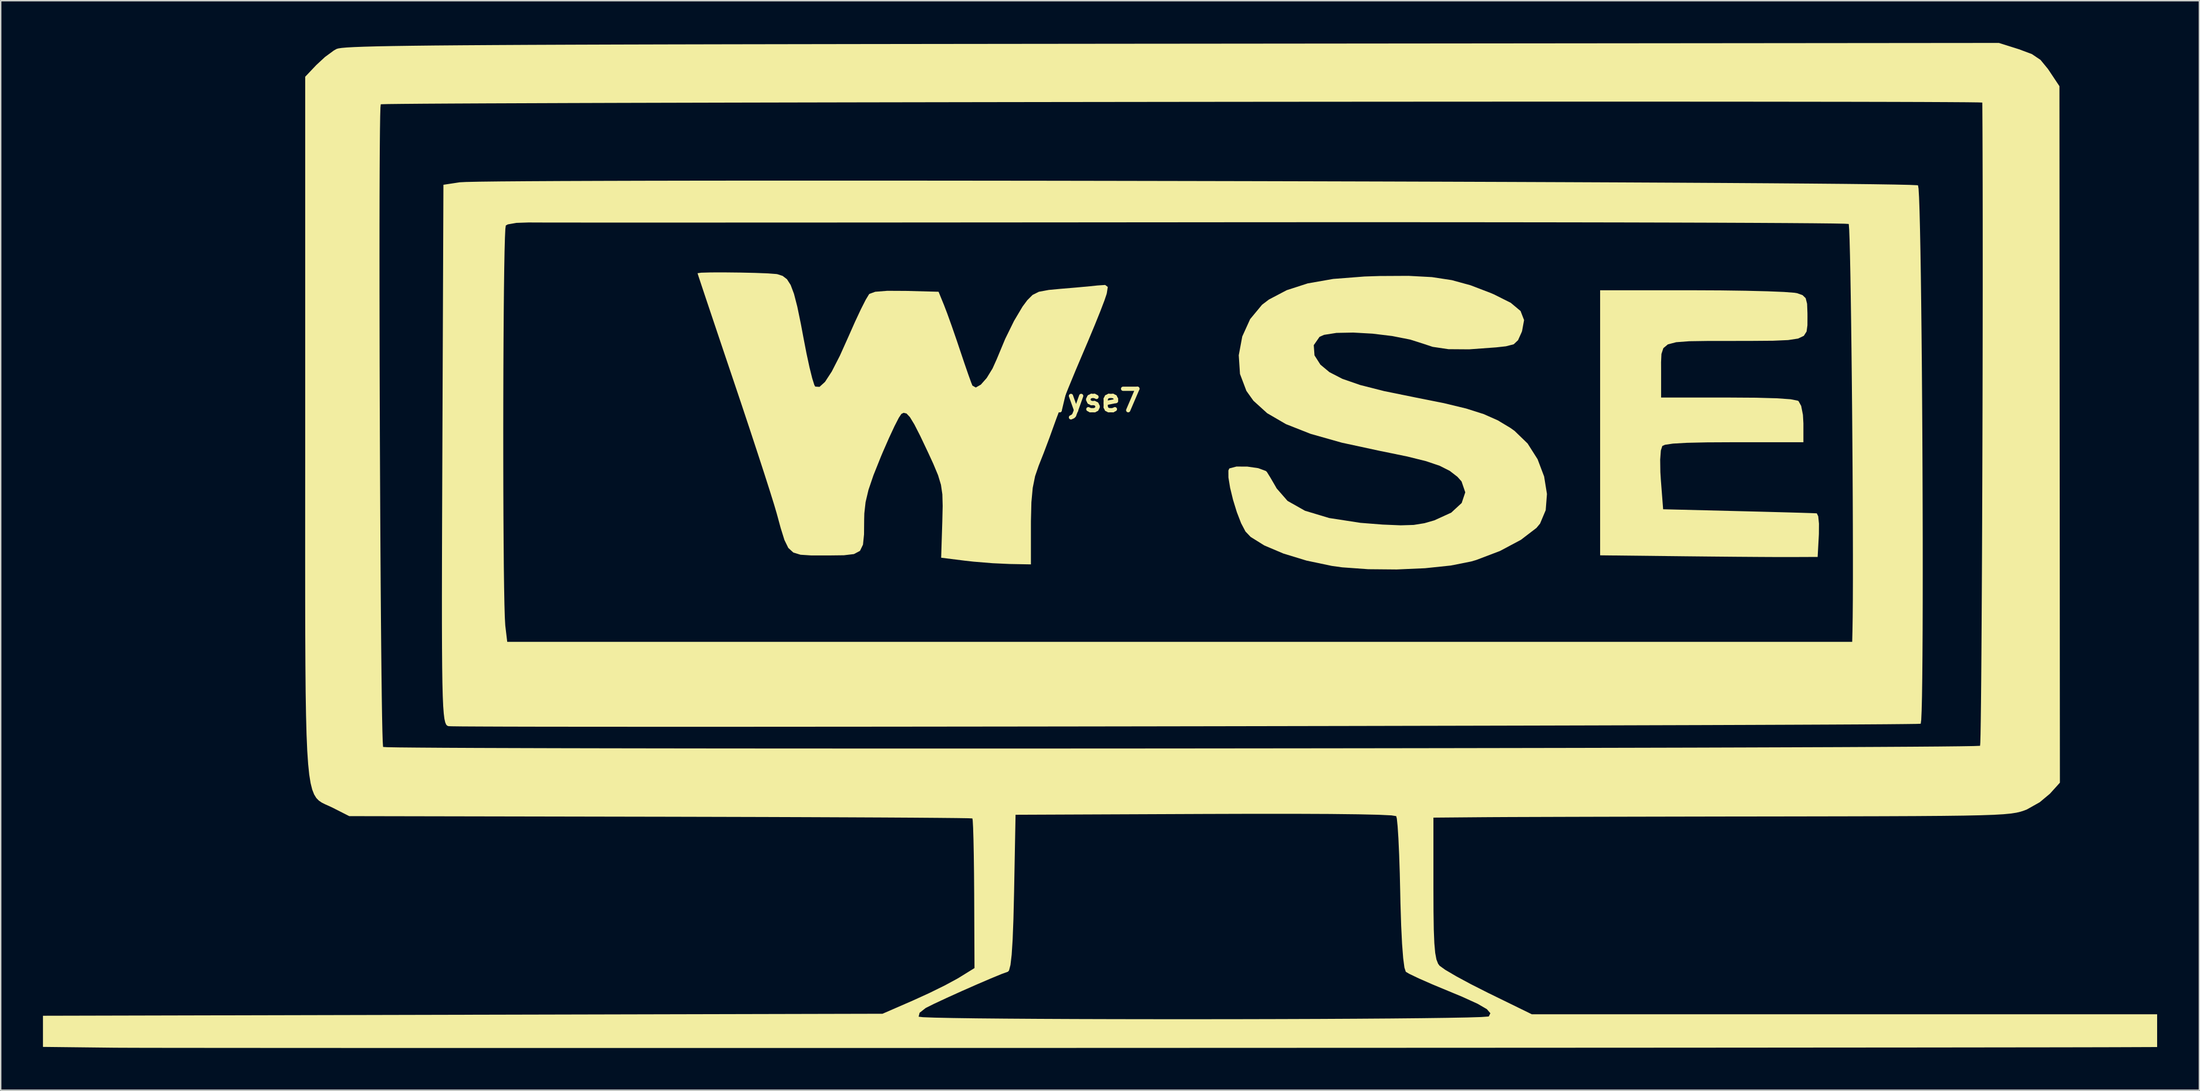
<source format=kicad_pcb>
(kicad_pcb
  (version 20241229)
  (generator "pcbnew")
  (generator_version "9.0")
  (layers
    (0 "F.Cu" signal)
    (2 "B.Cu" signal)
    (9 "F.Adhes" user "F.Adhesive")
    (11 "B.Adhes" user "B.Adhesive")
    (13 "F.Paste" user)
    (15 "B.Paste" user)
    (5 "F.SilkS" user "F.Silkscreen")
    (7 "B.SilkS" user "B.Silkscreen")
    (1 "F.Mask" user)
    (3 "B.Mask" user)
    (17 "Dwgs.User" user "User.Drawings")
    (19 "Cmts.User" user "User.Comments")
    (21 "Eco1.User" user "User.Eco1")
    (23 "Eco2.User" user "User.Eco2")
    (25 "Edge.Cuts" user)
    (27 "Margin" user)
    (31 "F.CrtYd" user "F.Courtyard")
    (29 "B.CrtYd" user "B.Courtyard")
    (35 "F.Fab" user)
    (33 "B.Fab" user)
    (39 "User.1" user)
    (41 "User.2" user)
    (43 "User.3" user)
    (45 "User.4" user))
  (footprint "Wyse7"
    (layer "F.Cu")
    (at 74.468 25.404)
    (property "Reference" "Wyse7" (at 0 0 0) (layer "F.SilkS") (effects (font (size 1.524 1.524) (thickness 0.3))))
    (attr board_only exclude_from_pos_files exclude_from_bom)
    (fp_poly (pts (xy 44.639 -7.823) (xy 46.42 -7.798) (xy 47.95 -7.76) (xy 49.134 -7.712) (xy 49.881 -7.655) (xy 50.06 -7.625) (xy 50.451 -7.486) (xy 50.672 -7.271) (xy 50.773 -6.874) (xy 50.799 -6.188) (xy 50.8 -5.957) (xy 50.797 -5.347) (xy 50.737 -4.902) (xy 50.541 -4.595) (xy 50.131 -4.401) (xy 49.428 -4.294) (xy 48.353 -4.247) (xy 46.83 -4.235) (xy 45.605 -4.233) (xy 43.756 -4.232) (xy 42.406 -4.212) (xy 41.477 -4.142) (xy 40.891 -3.989) (xy 40.569 -3.721) (xy 40.433 -3.307) (xy 40.406 -2.713) (xy 40.409 -2.092) (xy 40.409 -0.212) (xy 45.114 -0.212) (xy 47.14 -0.199) (xy 48.625 -0.158) (xy 49.602 -0.089) (xy 50.108 0.012) (xy 50.165 0.042) (xy 50.354 0.386) (xy 50.478 1.02) (xy 50.511 1.63) (xy 50.511 2.963) (xy 45.64 2.963) (xy 43.674 2.973) (xy 42.229 3.005) (xy 41.252 3.061) (xy 40.685 3.145) (xy 40.496 3.228) (xy 40.391 3.551) (xy 40.343 4.201) (xy 40.356 5.083) (xy 40.389 5.609) (xy 40.553 7.726) (xy 45.893 7.858) (xy 47.596 7.901) (xy 49.1 7.941) (xy 50.309 7.975) (xy 51.128 8.001) (xy 51.462 8.016) (xy 51.563 8.224) (xy 51.616 8.747) (xy 51.611 9.477) (xy 51.606 9.578) (xy 51.522 11.113) (xy 49.645 11.121) (xy 48.764 11.121) (xy 47.431 11.114) (xy 45.775 11.102) (xy 43.922 11.085) (xy 41.999 11.065) (xy 41.924 11.064) (xy 36.08 10.998) (xy 36.08 -7.832) (xy 42.699 -7.832)) (stroke (width 0) (type solid)) (fill yes) (layer "F.SilkS"))
    (fp_poly (pts (xy 24.133 -8.768) (xy 25.546 -8.553) (xy 26.881 -8.187) (xy 28.303 -7.642) (xy 28.53 -7.545) (xy 29.733 -6.943) (xy 30.431 -6.359) (xy 30.681 -5.715) (xy 30.538 -4.933) (xy 30.502 -4.839) (xy 30.253 -4.287) (xy 29.946 -3.995) (xy 29.394 -3.852) (xy 28.707 -3.776) (xy 26.783 -3.636) (xy 25.308 -3.647) (xy 24.19 -3.813) (xy 23.613 -4.005) (xy 22.597 -4.329) (xy 21.319 -4.581) (xy 19.923 -4.75) (xy 18.555 -4.827) (xy 17.358 -4.803) (xy 16.479 -4.665) (xy 16.159 -4.522) (xy 15.75 -3.933) (xy 15.802 -3.207) (xy 16.221 -2.549) (xy 16.863 -2.014) (xy 17.782 -1.539) (xy 19.05 -1.1) (xy 20.744 -0.669) (xy 22.937 -0.222) (xy 22.95 -0.22) (xy 24.992 0.188) (xy 26.575 0.571) (xy 27.814 0.965) (xy 28.819 1.411) (xy 29.705 1.944) (xy 30.005 2.157) (xy 30.932 3.055) (xy 31.64 4.17) (xy 32.105 5.4) (xy 32.305 6.641) (xy 32.216 7.791) (xy 31.815 8.745) (xy 31.56 9.052) (xy 30.455 9.898) (xy 28.966 10.691) (xy 27.283 11.331) (xy 26.925 11.436) (xy 25.478 11.723) (xy 23.653 11.914) (xy 21.636 12.003) (xy 19.612 11.984) (xy 17.768 11.852) (xy 17.03 11.75) (xy 15.233 11.372) (xy 13.598 10.873) (xy 12.239 10.297) (xy 11.268 9.691) (xy 10.902 9.306) (xy 10.591 8.715) (xy 10.288 7.929) (xy 10.019 7.054) (xy 9.811 6.197) (xy 9.692 5.466) (xy 9.689 4.969) (xy 9.757 4.825) (xy 10.259 4.692) (xy 11.028 4.694) (xy 11.808 4.807) (xy 12.348 5.006) (xy 12.425 5.08) (xy 12.667 5.47) (xy 13.008 6.055) (xy 13.116 6.246) (xy 13.89 7.133) (xy 15.126 7.831) (xy 16.842 8.348) (xy 19.059 8.69) (xy 20.636 8.814) (xy 21.922 8.867) (xy 22.844 8.839) (xy 23.608 8.716) (xy 24.313 8.513) (xy 25.509 7.966) (xy 26.251 7.281) (xy 26.506 6.522) (xy 26.242 5.75) (xy 25.952 5.422) (xy 25.405 4.999) (xy 24.697 4.64) (xy 23.729 4.311) (xy 22.399 3.98) (xy 20.608 3.611) (xy 20.471 3.585) (xy 17.735 2.994) (xy 15.521 2.367) (xy 13.774 1.677) (xy 12.441 0.901) (xy 11.465 0.015) (xy 10.968 -0.682) (xy 10.513 -1.885) (xy 10.425 -3.213) (xy 10.674 -4.55) (xy 11.234 -5.784) (xy 12.076 -6.801) (xy 12.562 -7.172) (xy 13.829 -7.838) (xy 15.318 -8.32) (xy 17.126 -8.637) (xy 19.351 -8.81) (xy 20.42 -8.845) (xy 22.479 -8.856)) (stroke (width 0) (type solid)) (fill yes) (layer "F.SilkS"))
    (fp_poly (pts (xy -24.979 -9.09) (xy -23.903 -9.066) (xy -22.998 -9.031) (xy -22.413 -8.987) (xy -22.332 -8.975) (xy -21.956 -8.853) (xy -21.648 -8.616) (xy -21.387 -8.209) (xy -21.15 -7.577) (xy -20.915 -6.666) (xy -20.658 -5.42) (xy -20.488 -4.511) (xy -20.266 -3.362) (xy -20.05 -2.36) (xy -19.857 -1.582) (xy -19.706 -1.102) (xy -19.641 -0.988) (xy -19.337 -0.97) (xy -18.949 -1.323) (xy -18.47 -2.057) (xy -17.892 -3.185) (xy -17.279 -4.551) (xy -16.822 -5.583) (xy -16.402 -6.481) (xy -16.057 -7.161) (xy -15.829 -7.539) (xy -15.797 -7.575) (xy -15.384 -7.725) (xy -14.525 -7.794) (xy -13.192 -7.787) (xy -10.886 -7.726) (xy -10.497 -6.773) (xy -10.262 -6.158) (xy -9.943 -5.269) (xy -9.59 -4.248) (xy -9.372 -3.598) (xy -9.055 -2.656) (xy -8.776 -1.848) (xy -8.569 -1.274) (xy -8.481 -1.058) (xy -8.244 -0.924) (xy -7.887 -1.126) (xy -7.47 -1.598) (xy -7.054 -2.275) (xy -6.757 -2.936) (xy -6.158 -4.374) (xy -5.531 -5.652) (xy -4.926 -6.671) (xy -4.59 -7.124) (xy -4.214 -7.501) (xy -3.766 -7.725) (xy -3.063 -7.856) (xy -2.23 -7.934) (xy -1.121 -8.027) (xy -0.124 -8.119) (xy 0.395 -8.173) (xy 0.943 -8.21) (xy 1.127 -8.067) (xy 1.06 -7.635) (xy 1.039 -7.551) (xy 0.89 -7.108) (xy 0.6 -6.348) (xy 0.201 -5.358) (xy -0.272 -4.223) (xy -0.593 -3.469) (xy -1.138 -2.185) (xy -1.671 -0.892) (xy -2.144 0.292) (xy -2.51 1.248) (xy -2.633 1.587) (xy -3.003 2.615) (xy -3.41 3.698) (xy -3.769 4.607) (xy -3.777 4.626) (xy -4.034 5.376) (xy -4.202 6.208) (xy -4.296 7.228) (xy -4.329 8.545) (xy -4.33 8.806) (xy -4.33 11.642) (xy -5.845 11.614) (xy -7.048 11.559) (xy -8.401 11.448) (xy -9.031 11.378) (xy -10.702 11.168) (xy -10.621 8.6) (xy -10.595 7.492) (xy -10.617 6.666) (xy -10.717 5.985) (xy -10.922 5.307) (xy -11.262 4.493) (xy -11.625 3.704) (xy -12.184 2.524) (xy -12.605 1.699) (xy -12.92 1.181) (xy -13.162 0.922) (xy -13.367 0.873) (xy -13.527 0.954) (xy -13.707 1.224) (xy -14.013 1.82) (xy -14.405 2.662) (xy -14.846 3.669) (xy -14.982 3.993) (xy -15.51 5.312) (xy -15.862 6.349) (xy -16.067 7.214) (xy -16.157 8.021) (xy -16.168 8.438) (xy -16.178 9.515) (xy -16.252 10.24) (xy -16.465 10.681) (xy -16.892 10.909) (xy -17.607 10.994) (xy -18.684 11.007) (xy -18.904 11.007) (xy -19.946 11.005) (xy -20.686 10.957) (xy -21.197 10.801) (xy -21.554 10.473) (xy -21.829 9.911) (xy -22.096 9.053) (xy -22.371 8.043) (xy -22.555 7.417) (xy -22.859 6.441) (xy -23.264 5.174) (xy -23.751 3.679) (xy -24.298 2.015) (xy -24.887 0.243) (xy -25.429 -1.371) (xy -26.011 -3.097) (xy -26.546 -4.689) (xy -27.02 -6.102) (xy -27.418 -7.289) (xy -27.723 -8.205) (xy -27.922 -8.805) (xy -27.997 -9.042) (xy -27.998 -9.044) (xy -27.734 -9.081) (xy -27.044 -9.1) (xy -26.075 -9.102)) (stroke (width 0) (type solid)) (fill yes) (layer "F.SilkS"))
    (fp_poly (pts (xy -16.518 -15.623) (xy -12.15 -15.621) (xy -7.637 -15.617) (xy -3.015 -15.612) (xy 1.682 -15.604) (xy 6.418 -15.595) (xy 11.156 -15.585) (xy 15.863 -15.573) (xy 20.503 -15.56) (xy 25.039 -15.545) (xy 29.438 -15.529) (xy 33.663 -15.512) (xy 37.679 -15.494) (xy 41.451 -15.475) (xy 44.943 -15.455) (xy 48.12 -15.434) (xy 50.947 -15.412) (xy 53.388 -15.39) (xy 55.408 -15.367) (xy 56.971 -15.343) (xy 58.042 -15.319) (xy 58.586 -15.295) (xy 58.648 -15.284) (xy 58.686 -15.051) (xy 58.722 -14.431) (xy 58.756 -13.461) (xy 58.789 -12.177) (xy 58.82 -10.617) (xy 58.849 -8.818) (xy 58.875 -6.814) (xy 58.899 -4.645) (xy 58.921 -2.345) (xy 58.939 0.048) (xy 58.955 2.498) (xy 58.967 4.967) (xy 58.976 7.42) (xy 58.982 9.819) (xy 58.983 12.129) (xy 58.981 14.311) (xy 58.975 16.33) (xy 58.964 18.149) (xy 58.949 19.731) (xy 58.93 21.04) (xy 58.905 22.039) (xy 58.876 22.69) (xy 58.841 22.959) (xy 58.838 22.963) (xy 58.539 22.975) (xy 57.698 22.986) (xy 56.351 22.999) (xy 54.531 23.011) (xy 52.274 23.023) (xy 49.616 23.035) (xy 46.591 23.047) (xy 43.235 23.059) (xy 39.582 23.07) (xy 35.668 23.082) (xy 31.528 23.093) (xy 27.197 23.103) (xy 22.711 23.113) (xy 18.103 23.123) (xy 13.41 23.132) (xy 8.666 23.141) (xy 3.907 23.149) (xy -0.833 23.156) (xy -5.517 23.162) (xy -10.112 23.167) (xy -14.582 23.172) (xy -18.891 23.175) (xy -23.005 23.178) (xy -26.889 23.179) (xy -30.508 23.179) (xy -33.825 23.178) (xy -36.807 23.176) (xy -39.418 23.173) (xy -41.623 23.168) (xy -43.387 23.161) (xy -44.675 23.154) (xy -45.452 23.144) (xy -45.681 23.135) (xy -45.768 23.102) (xy -45.845 23.021) (xy -45.911 22.866) (xy -45.968 22.611) (xy -46.015 22.231) (xy -46.055 21.699) (xy -46.086 20.991) (xy -46.11 20.081) (xy -46.127 18.943) (xy -46.138 17.551) (xy -46.144 15.879) (xy -46.145 13.903) (xy -46.141 11.595) (xy -46.133 8.931) (xy -46.122 5.885) (xy -46.114 3.856) (xy -46.107 2.026) (xy -41.79 2.026) (xy -41.789 4.156) (xy -41.785 6.241) (xy -41.777 8.237) (xy -41.765 10.101) (xy -41.75 11.791) (xy -41.73 13.264) (xy -41.707 14.477) (xy -41.68 15.388) (xy -41.649 15.954) (xy -41.641 16.034) (xy -41.508 17.145) (xy 53.975 17.145) (xy 53.994 16.351) (xy 54.01 15.399) (xy 54.021 14.148) (xy 54.026 12.642) (xy 54.026 10.92) (xy 54.022 9.024) (xy 54.014 6.997) (xy 54.002 4.879) (xy 53.986 2.713) (xy 53.968 0.539) (xy 53.947 -1.601) (xy 53.924 -3.665) (xy 53.899 -5.612) (xy 53.873 -7.4) (xy 53.846 -8.988) (xy 53.818 -10.334) (xy 53.79 -11.397) (xy 53.762 -12.135) (xy 53.734 -12.507) (xy 53.724 -12.543) (xy 53.416 -12.561) (xy 52.562 -12.578) (xy 51.192 -12.593) (xy 49.337 -12.607) (xy 47.028 -12.62) (xy 44.296 -12.632) (xy 41.171 -12.642) (xy 37.684 -12.651) (xy 33.867 -12.658) (xy 29.749 -12.663) (xy 25.363 -12.667) (xy 20.737 -12.668) (xy 15.904 -12.668) (xy 10.894 -12.666) (xy 7.487 -12.663) (xy 2.354 -12.659) (xy -2.636 -12.655) (xy -7.451 -12.652) (xy -12.059 -12.649) (xy -16.429 -12.646) (xy -20.528 -12.644) (xy -24.325 -12.643) (xy -27.788 -12.642) (xy -30.884 -12.642) (xy -33.583 -12.642) (xy -35.852 -12.642) (xy -37.658 -12.644) (xy -38.971 -12.645) (xy -39.759 -12.648) (xy -39.969 -12.65) (xy -40.855 -12.62) (xy -41.466 -12.513) (xy -41.609 -12.435) (xy -41.642 -12.189) (xy -41.671 -11.563) (xy -41.698 -10.599) (xy -41.721 -9.34) (xy -41.741 -7.828) (xy -41.758 -6.107) (xy -41.771 -4.218) (xy -41.781 -2.204) (xy -41.787 -0.109) (xy -41.79 2.026) (xy -46.107 2.026) (xy -46.038 -15.327) (xy -44.883 -15.503) (xy -44.444 -15.526) (xy -43.471 -15.547) (xy -42 -15.565) (xy -40.065 -15.58) (xy -37.702 -15.593) (xy -34.946 -15.603) (xy -31.833 -15.612) (xy -28.399 -15.618) (xy -24.678 -15.622) (xy -20.706 -15.623)) (stroke (width 0) (type solid)) (fill yes) (layer "F.SilkS"))
    (fp_poly (pts (xy 65.816 -24.954) (xy 66.733 -24.611) (xy 67.346 -24.197) (xy 67.871 -23.557) (xy 67.965 -23.418) (xy 68.688 -22.331) (xy 68.704 2.41) (xy 68.721 27.15) (xy 68.012 27.935) (xy 67.284 28.543) (xy 66.383 29.049) (xy 66.196 29.124) (xy 65.938 29.209) (xy 65.638 29.281) (xy 65.248 29.342) (xy 64.723 29.392) (xy 64.017 29.433) (xy 63.081 29.465) (xy 61.871 29.491) (xy 60.339 29.51) (xy 58.439 29.524) (xy 56.125 29.534) (xy 53.35 29.541) (xy 50.068 29.547) (xy 48.202 29.55) (xy 45.006 29.554) (xy 41.884 29.56) (xy 38.901 29.566) (xy 36.122 29.572) (xy 33.613 29.579) (xy 31.441 29.586) (xy 29.67 29.592) (xy 28.366 29.599) (xy 27.781 29.603) (xy 24.245 29.633) (xy 24.245 34.666) (xy 24.251 36.316) (xy 24.271 37.595) (xy 24.31 38.552) (xy 24.371 39.24) (xy 24.458 39.71) (xy 24.577 40.013) (xy 24.681 40.155) (xy 25.083 40.445) (xy 25.86 40.902) (xy 26.903 41.465) (xy 28.103 42.073) (xy 28.173 42.107) (xy 31.229 43.603) (xy 75.623 43.603) (xy 75.623 45.932) (xy 73.386 45.941) (xy 72.135 45.945) (xy 70.375 45.949) (xy 68.136 45.953) (xy 65.452 45.956) (xy 62.351 45.96) (xy 58.867 45.964) (xy 55.029 45.967) (xy 50.87 45.97) (xy 46.42 45.974) (xy 41.712 45.977) (xy 36.775 45.98) (xy 31.641 45.982) (xy 26.341 45.985) (xy 20.908 45.987) (xy 15.371 45.989) (xy 9.762 45.991) (xy 4.113 45.993) (xy -1.546 45.995) (xy -7.183 45.996) (xy -12.767 45.998) (xy -18.266 45.998) (xy -23.65 45.999) (xy -28.887 46) (xy -33.946 46) (xy -38.796 46) (xy -43.406 45.999) (xy -47.743 45.999) (xy -51.778 45.998) (xy -55.479 45.997) (xy -58.814 45.995) (xy -61.752 45.993) (xy -64.263 45.991) (xy -66.315 45.989) (xy -67.876 45.986) (xy -68.915 45.982) (xy -69.345 45.98) (xy -74.468 45.922) (xy -74.468 43.775) (xy -12.301 43.775) (xy -12.299 43.777) (xy -11.989 43.812) (xy -11.158 43.843) (xy -9.863 43.87) (xy -8.161 43.894) (xy -6.109 43.913) (xy -3.764 43.929) (xy -1.181 43.941) (xy 1.581 43.949) (xy 4.467 43.953) (xy 7.42 43.954) (xy 10.383 43.951) (xy 13.299 43.944) (xy 16.111 43.934) (xy 18.763 43.92) (xy 21.198 43.903) (xy 23.359 43.882) (xy 25.19 43.858) (xy 26.634 43.831) (xy 27.634 43.8) (xy 28.133 43.765) (xy 28.178 43.754) (xy 28.288 43.53) (xy 28.039 43.241) (xy 27.383 42.859) (xy 26.275 42.354) (xy 25.325 41.96) (xy 24.174 41.481) (xy 23.201 41.053) (xy 22.526 40.729) (xy 22.284 40.585) (xy 22.187 40.292) (xy 22.098 39.616) (xy 22.019 38.597) (xy 21.954 37.276) (xy 21.904 35.693) (xy 21.89 35.031) (xy 21.856 33.57) (xy 21.811 32.247) (xy 21.76 31.121) (xy 21.704 30.252) (xy 21.647 29.7) (xy 21.603 29.527) (xy 21.264 29.473) (xy 20.36 29.43) (xy 18.904 29.397) (xy 16.909 29.374) (xy 14.387 29.363) (xy 11.351 29.363) (xy 7.997 29.373) (xy -5.421 29.43) (xy -5.526 34.965) (xy -5.571 36.826) (xy -5.627 38.287) (xy -5.696 39.369) (xy -5.781 40.097) (xy -5.883 40.491) (xy -5.962 40.581) (xy -6.388 40.734) (xy -7.169 41.056) (xy -8.173 41.487) (xy -9.268 41.97) (xy -10.322 42.447) (xy -11.202 42.858) (xy -11.777 43.145) (xy -11.803 43.16) (xy -12.233 43.498) (xy -12.301 43.775) (xy -74.468 43.775) (xy -74.468 43.709) (xy -44.666 43.638) (xy -14.865 43.567) (xy -12.698 42.623) (xy -11.539 42.094) (xy -10.425 41.545) (xy -9.564 41.079) (xy -9.433 41.001) (xy -8.335 40.322) (xy -8.358 35.044) (xy -8.369 33.595) (xy -8.386 32.291) (xy -8.408 31.192) (xy -8.434 30.354) (xy -8.462 29.835) (xy -8.486 29.69) (xy -8.784 29.677) (xy -9.615 29.664) (xy -10.934 29.651) (xy -12.697 29.637) (xy -14.86 29.624) (xy -17.377 29.612) (xy -20.205 29.6) (xy -23.299 29.589) (xy -26.615 29.58) (xy -30.107 29.571) (xy -30.658 29.57) (xy -52.725 29.527) (xy -53.883 28.939) (xy -54.177 28.801) (xy -54.439 28.684) (xy -54.673 28.567) (xy -54.88 28.427) (xy -55.061 28.241) (xy -55.218 27.985) (xy -55.353 27.639) (xy -55.468 27.177) (xy -55.564 26.579) (xy -55.642 25.821) (xy -55.706 24.881) (xy -55.755 23.735) (xy -55.792 22.361) (xy -55.819 20.737) (xy -55.836 18.839) (xy -55.847 16.645) (xy -55.852 14.133) (xy -55.854 11.278) (xy -55.853 8.059) (xy -55.851 4.453) (xy -55.851 2.119) (xy -55.851 -10.211) (xy -50.577 -10.211) (xy -50.576 -7.805) (xy -50.572 -5.277) (xy -50.567 -2.659) (xy -50.559 0.013) (xy -50.549 2.708) (xy -50.537 5.391) (xy -50.524 8.03) (xy -50.509 10.59) (xy -50.493 13.038) (xy -50.475 15.341) (xy -50.456 17.466) (xy -50.436 19.378) (xy -50.415 21.045) (xy -50.393 22.433) (xy -50.37 23.508) (xy -50.347 24.237) (xy -50.324 24.587) (xy -50.317 24.613) (xy -50.019 24.63) (xy -49.178 24.645) (xy -47.827 24.658) (xy -46 24.671) (xy -43.73 24.682) (xy -41.052 24.691) (xy -37.999 24.7) (xy -34.604 24.707) (xy -30.902 24.713) (xy -26.926 24.718) (xy -22.71 24.721) (xy -18.287 24.723) (xy -13.691 24.725) (xy -8.957 24.725) (xy -4.117 24.724) (xy 0.795 24.722) (xy 5.744 24.719) (xy 10.698 24.714) (xy 15.623 24.709) (xy 20.484 24.703) (xy 25.248 24.696) (xy 29.882 24.688) (xy 34.351 24.68) (xy 38.623 24.67) (xy 42.663 24.66) (xy 46.437 24.648) (xy 49.912 24.636) (xy 53.055 24.624) (xy 55.83 24.61) (xy 58.206 24.596) (xy 60.148 24.581) (xy 61.621 24.565) (xy 62.594 24.549) (xy 63.032 24.532) (xy 63.053 24.528) (xy 63.07 24.31) (xy 63.087 23.7) (xy 63.103 22.731) (xy 63.119 21.436) (xy 63.135 19.846) (xy 63.15 17.994) (xy 63.164 15.912) (xy 63.177 13.632) (xy 63.19 11.187) (xy 63.201 8.609) (xy 63.211 5.929) (xy 63.22 3.181) (xy 63.228 0.396) (xy 63.234 -2.393) (xy 63.238 -5.155) (xy 63.241 -7.856) (xy 63.241 -10.465) (xy 63.24 -12.949) (xy 63.237 -15.277) (xy 63.231 -17.416) (xy 63.224 -19.333) (xy 63.214 -20.997) (xy 63.212 -21.167) (xy 62.929 -21.179) (xy 62.102 -21.19) (xy 60.765 -21.199) (xy 58.952 -21.208) (xy 56.696 -21.215) (xy 54.03 -21.221) (xy 50.988 -21.225) (xy 47.605 -21.229) (xy 43.913 -21.232) (xy 39.945 -21.233) (xy 35.737 -21.234) (xy 31.32 -21.233) (xy 26.729 -21.232) (xy 21.998 -21.229) (xy 17.16 -21.226) (xy 12.248 -21.222) (xy 7.296 -21.217) (xy 2.338 -21.211) (xy -2.593 -21.205) (xy -7.463 -21.198) (xy -12.239 -21.19) (xy -16.886 -21.182) (xy -21.372 -21.173) (xy -25.663 -21.164) (xy -29.725 -21.154) (xy -33.525 -21.144) (xy -37.029 -21.133) (xy -40.203 -21.121) (xy -43.014 -21.11) (xy -45.428 -21.098) (xy -47.412 -21.086) (xy -48.932 -21.073) (xy -49.955 -21.061) (xy -50.447 -21.048) (xy -50.487 -21.043) (xy -50.509 -20.82) (xy -50.528 -20.206) (xy -50.543 -19.237) (xy -50.556 -17.944) (xy -50.565 -16.361) (xy -50.572 -14.523) (xy -50.576 -12.462) (xy -50.577 -10.211) (xy -55.851 -10.211) (xy -55.851 -23.002) (xy -55.066 -23.831) (xy -54.445 -24.406) (xy -53.818 -24.867) (xy -53.623 -24.977) (xy -53.496 -25.014) (xy -53.26 -25.049) (xy -52.892 -25.081) (xy -52.371 -25.11) (xy -51.672 -25.136) (xy -50.773 -25.161) (xy -49.651 -25.183) (xy -48.283 -25.203) (xy -46.647 -25.222) (xy -44.719 -25.238) (xy -42.477 -25.253) (xy -39.897 -25.267) (xy -36.957 -25.279) (xy -33.634 -25.29) (xy -29.905 -25.3) (xy -25.747 -25.309) (xy -21.137 -25.317) (xy -16.053 -25.325) (xy -10.471 -25.332) (xy -4.369 -25.339) (xy 2.276 -25.346) (xy 5.713 -25.349) (xy 64.39 -25.404)) (stroke (width 0) (type solid)) (fill yes) (layer "F.SilkS")))
  (gr_rect
    (start -3 -3)
    (end 153.091 74.404)
    (stroke (width 0.1) (type default))
    (fill no)
    (layer "Edge.Cuts")))
</source>
